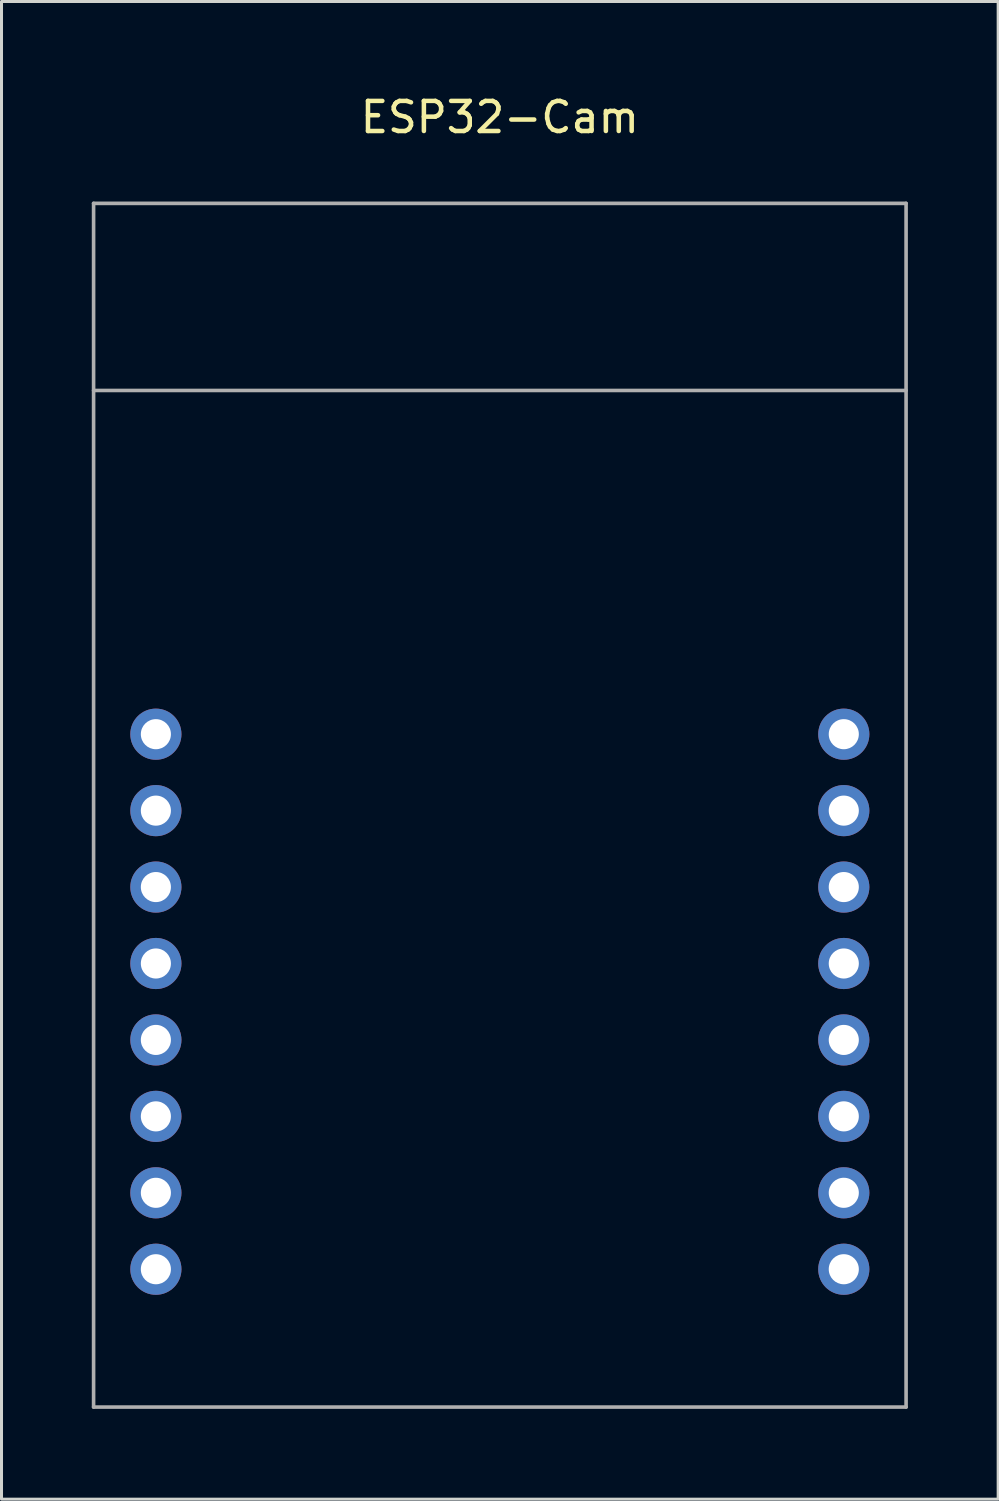
<source format=kicad_pcb>
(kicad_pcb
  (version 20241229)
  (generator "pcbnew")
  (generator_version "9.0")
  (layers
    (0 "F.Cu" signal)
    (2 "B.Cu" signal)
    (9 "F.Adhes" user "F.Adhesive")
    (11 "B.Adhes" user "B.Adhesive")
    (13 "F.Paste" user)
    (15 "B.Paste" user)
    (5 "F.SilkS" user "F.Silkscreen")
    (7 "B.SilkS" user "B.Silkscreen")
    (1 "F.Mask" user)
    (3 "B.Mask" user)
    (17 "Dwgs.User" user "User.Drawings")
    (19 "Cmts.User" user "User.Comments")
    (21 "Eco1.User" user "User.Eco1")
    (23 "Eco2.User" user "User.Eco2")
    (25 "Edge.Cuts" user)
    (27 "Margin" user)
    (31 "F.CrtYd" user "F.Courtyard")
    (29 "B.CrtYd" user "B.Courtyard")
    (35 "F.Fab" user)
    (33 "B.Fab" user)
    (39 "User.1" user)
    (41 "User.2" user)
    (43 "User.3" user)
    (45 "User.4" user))
  (footprint "ESP32-Cam"
    (layer "F.Cu")
    (at 13.56 23.708)
    (property "Reference" "ESP32-Cam" (at 0 -22.86 0) (unlocked yes) (layer "F.SilkS") (effects (font (size 1 1) (thickness 0.15))))
    (attr smd)
    (fp_line (start -13.5 -20) (end -13.5 20) (stroke (width 0.12) (type solid)) (layer "F.Fab"))
    (fp_line (start 13.5 -20) (end -13.5 -20) (stroke (width 0.12) (type solid)) (layer "F.Fab"))
    (fp_line (start 13.5 -20) (end 13.5 20) (stroke (width 0.12) (type solid)) (layer "F.Fab"))
    (fp_line (start 13.5 -13.782) (end -13.5 -13.782) (stroke (width 0.12) (type solid)) (layer "F.Fab"))
    (fp_line (start 13.5 20) (end -13.5 20) (stroke (width 0.12) (type solid)) (layer "F.Fab"))
    (pad "0" thru_hole oval (at -11.43 -2.36) (size 1.7 1.7) (drill 1) (layers "*.Cu" "*.Mask"))
    (pad "1" thru_hole oval (at -11.43 0.18) (size 1.7 1.7) (drill 1) (layers "*.Cu" "*.Mask"))
    (pad "2" thru_hole oval (at -11.43 2.72) (size 1.7 1.7) (drill 1) (layers "*.Cu" "*.Mask"))
    (pad "3" thru_hole oval (at -11.43 5.26) (size 1.7 1.7) (drill 1) (layers "*.Cu" "*.Mask"))
    (pad "4" thru_hole oval (at -11.43 7.8) (size 1.7 1.7) (drill 1) (layers "*.Cu" "*.Mask"))
    (pad "5" thru_hole oval (at -11.43 10.34) (size 1.7 1.7) (drill 1) (layers "*.Cu" "*.Mask"))
    (pad "6" thru_hole oval (at -11.43 12.88) (size 1.7 1.7) (drill 1) (layers "*.Cu" "*.Mask"))
    (pad "7" thru_hole oval (at -11.43 15.42) (size 1.7 1.7) (drill 1) (layers "*.Cu" "*.Mask"))
    (pad "8" thru_hole oval (at 11.43 -2.36) (size 1.7 1.7) (drill 1) (layers "*.Cu" "*.Mask"))
    (pad "9" thru_hole oval (at 11.43 0.18) (size 1.7 1.7) (drill 1) (layers "*.Cu" "*.Mask"))
    (pad "10" thru_hole oval (at 11.43 2.72) (size 1.7 1.7) (drill 1) (layers "*.Cu" "*.Mask"))
    (pad "11" thru_hole oval (at 11.43 5.26) (size 1.7 1.7) (drill 1) (layers "*.Cu" "*.Mask"))
    (pad "12" thru_hole oval (at 11.43 7.8) (size 1.7 1.7) (drill 1) (layers "*.Cu" "*.Mask"))
    (pad "13" thru_hole oval (at 11.43 10.34) (size 1.7 1.7) (drill 1) (layers "*.Cu" "*.Mask"))
    (pad "14" thru_hole oval (at 11.43 12.88) (size 1.7 1.7) (drill 1) (layers "*.Cu" "*.Mask"))
    (pad "15" thru_hole oval (at 11.43 15.42) (size 1.7 1.7) (drill 1) (layers "*.Cu" "*.Mask")))
  (gr_rect
    (start -3 -3)
    (end 30.12 46.768)
    (stroke (width 0.1) (type default))
    (fill no)
    (layer "Edge.Cuts")))
</source>
